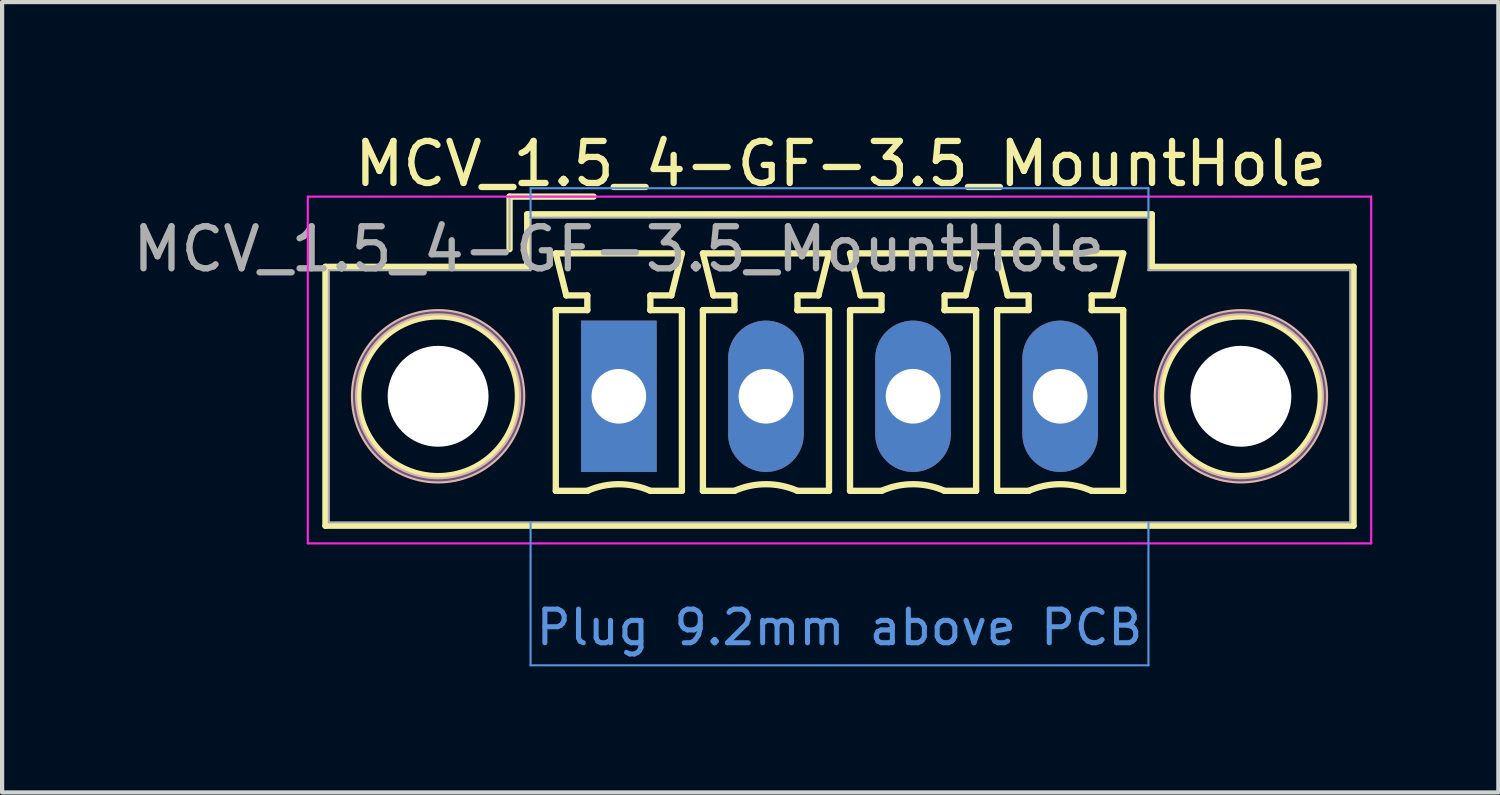
<source format=kicad_pcb>
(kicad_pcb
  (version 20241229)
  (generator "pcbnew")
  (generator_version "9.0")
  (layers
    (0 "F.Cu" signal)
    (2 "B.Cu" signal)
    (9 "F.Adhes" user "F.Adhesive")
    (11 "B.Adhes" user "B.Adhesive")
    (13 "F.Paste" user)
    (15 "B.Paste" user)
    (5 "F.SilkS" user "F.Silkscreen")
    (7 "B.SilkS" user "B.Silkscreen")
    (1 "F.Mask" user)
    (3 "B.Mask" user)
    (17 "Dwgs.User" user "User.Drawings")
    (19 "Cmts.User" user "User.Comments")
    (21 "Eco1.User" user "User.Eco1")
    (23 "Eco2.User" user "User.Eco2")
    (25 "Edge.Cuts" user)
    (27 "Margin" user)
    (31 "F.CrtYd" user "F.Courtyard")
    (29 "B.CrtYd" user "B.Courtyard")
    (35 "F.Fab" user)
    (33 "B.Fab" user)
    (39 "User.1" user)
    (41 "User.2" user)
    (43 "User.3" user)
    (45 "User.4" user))
  (footprint "MCV_1.5_4-GF-3.5_MountHole"
    (layer "F.Cu")
    (at 11.673 6.378)
    (property "Reference" "MCV_1.5_4-GF-3.5_MountHole" (at 0 -3.5 180) (layer "F.Fab") (effects (font (size 1 1) (thickness 0.15))))
    (attr through_hole)
    (fp_line (start -6.98 -3.08) (end -6.98 3.08) (stroke (width 0.15) (type solid)) (layer "F.SilkS"))
    (fp_line (start -6.98 3.08) (end 17.48 3.08) (stroke (width 0.15) (type solid)) (layer "F.SilkS"))
    (fp_line (start -2.6 -4.75) (end -2.6 -3.5) (stroke (width 0.15) (type solid)) (layer "F.SilkS"))
    (fp_line (start -2.18 -4.33) (end -2.18 -3.08) (stroke (width 0.15) (type solid)) (layer "F.SilkS"))
    (fp_line (start -2.18 -3.08) (end -6.98 -3.08) (stroke (width 0.15) (type solid)) (layer "F.SilkS"))
    (fp_line (start -1.5 -3.4) (end 1.5 -3.4) (stroke (width 0.15) (type solid)) (layer "F.SilkS"))
    (fp_line (start -1.5 -2.05) (end -0.75 -2.05) (stroke (width 0.15) (type solid)) (layer "F.SilkS"))
    (fp_line (start -1.5 2.25) (end -1.5 -2.05) (stroke (width 0.15) (type solid)) (layer "F.SilkS"))
    (fp_line (start -1.25 -2.4) (end -1.5 -3.4) (stroke (width 0.15) (type solid)) (layer "F.SilkS"))
    (fp_line (start -0.75 -2.4) (end -1.25 -2.4) (stroke (width 0.15) (type solid)) (layer "F.SilkS"))
    (fp_line (start -0.75 -2.05) (end -0.75 -2.4) (stroke (width 0.15) (type solid)) (layer "F.SilkS"))
    (fp_line (start -0.75 2.25) (end -1.5 2.25) (stroke (width 0.15) (type solid)) (layer "F.SilkS"))
    (fp_line (start -0.6 -4.75) (end -2.6 -4.75) (stroke (width 0.15) (type solid)) (layer "F.SilkS"))
    (fp_line (start 0.75 -2.4) (end 0.75 -2.05) (stroke (width 0.15) (type solid)) (layer "F.SilkS"))
    (fp_line (start 0.75 -2.05) (end 0.75 -2.05) (stroke (width 0.15) (type solid)) (layer "F.SilkS"))
    (fp_line (start 0.75 -2.05) (end 1.5 -2.05) (stroke (width 0.15) (type solid)) (layer "F.SilkS"))
    (fp_line (start 1.25 -2.4) (end 0.75 -2.4) (stroke (width 0.15) (type solid)) (layer "F.SilkS"))
    (fp_line (start 1.5 -3.4) (end 1.25 -2.4) (stroke (width 0.15) (type solid)) (layer "F.SilkS"))
    (fp_line (start 1.5 -2.05) (end 1.5 2.25) (stroke (width 0.15) (type solid)) (layer "F.SilkS"))
    (fp_line (start 1.5 2.25) (end 0.75 2.25) (stroke (width 0.15) (type solid)) (layer "F.SilkS"))
    (fp_line (start 2 -3.4) (end 5 -3.4) (stroke (width 0.15) (type solid)) (layer "F.SilkS"))
    (fp_line (start 2 -2.05) (end 2.75 -2.05) (stroke (width 0.15) (type solid)) (layer "F.SilkS"))
    (fp_line (start 2 2.25) (end 2 -2.05) (stroke (width 0.15) (type solid)) (layer "F.SilkS"))
    (fp_line (start 2.25 -2.4) (end 2 -3.4) (stroke (width 0.15) (type solid)) (layer "F.SilkS"))
    (fp_line (start 2.75 -2.4) (end 2.25 -2.4) (stroke (width 0.15) (type solid)) (layer "F.SilkS"))
    (fp_line (start 2.75 -2.05) (end 2.75 -2.4) (stroke (width 0.15) (type solid)) (layer "F.SilkS"))
    (fp_line (start 2.75 2.25) (end 2 2.25) (stroke (width 0.15) (type solid)) (layer "F.SilkS"))
    (fp_line (start 4.25 -2.4) (end 4.25 -2.05) (stroke (width 0.15) (type solid)) (layer "F.SilkS"))
    (fp_line (start 4.25 -2.05) (end 4.25 -2.05) (stroke (width 0.15) (type solid)) (layer "F.SilkS"))
    (fp_line (start 4.25 -2.05) (end 5 -2.05) (stroke (width 0.15) (type solid)) (layer "F.SilkS"))
    (fp_line (start 4.75 -2.4) (end 4.25 -2.4) (stroke (width 0.15) (type solid)) (layer "F.SilkS"))
    (fp_line (start 5 -3.4) (end 4.75 -2.4) (stroke (width 0.15) (type solid)) (layer "F.SilkS"))
    (fp_line (start 5 -2.05) (end 5 2.25) (stroke (width 0.15) (type solid)) (layer "F.SilkS"))
    (fp_line (start 5 2.25) (end 4.25 2.25) (stroke (width 0.15) (type solid)) (layer "F.SilkS"))
    (fp_line (start 5.5 -3.4) (end 8.5 -3.4) (stroke (width 0.15) (type solid)) (layer "F.SilkS"))
    (fp_line (start 5.5 -2.05) (end 6.25 -2.05) (stroke (width 0.15) (type solid)) (layer "F.SilkS"))
    (fp_line (start 5.5 2.25) (end 5.5 -2.05) (stroke (width 0.15) (type solid)) (layer "F.SilkS"))
    (fp_line (start 5.75 -2.4) (end 5.5 -3.4) (stroke (width 0.15) (type solid)) (layer "F.SilkS"))
    (fp_line (start 6.25 -2.4) (end 5.75 -2.4) (stroke (width 0.15) (type solid)) (layer "F.SilkS"))
    (fp_line (start 6.25 -2.05) (end 6.25 -2.4) (stroke (width 0.15) (type solid)) (layer "F.SilkS"))
    (fp_line (start 6.25 2.25) (end 5.5 2.25) (stroke (width 0.15) (type solid)) (layer "F.SilkS"))
    (fp_line (start 7.75 -2.4) (end 7.75 -2.05) (stroke (width 0.15) (type solid)) (layer "F.SilkS"))
    (fp_line (start 7.75 -2.05) (end 7.75 -2.05) (stroke (width 0.15) (type solid)) (layer "F.SilkS"))
    (fp_line (start 7.75 -2.05) (end 8.5 -2.05) (stroke (width 0.15) (type solid)) (layer "F.SilkS"))
    (fp_line (start 8.25 -2.4) (end 7.75 -2.4) (stroke (width 0.15) (type solid)) (layer "F.SilkS"))
    (fp_line (start 8.5 -3.4) (end 8.25 -2.4) (stroke (width 0.15) (type solid)) (layer "F.SilkS"))
    (fp_line (start 8.5 -2.05) (end 8.5 2.25) (stroke (width 0.15) (type solid)) (layer "F.SilkS"))
    (fp_line (start 8.5 2.25) (end 7.75 2.25) (stroke (width 0.15) (type solid)) (layer "F.SilkS"))
    (fp_line (start 9 -3.4) (end 12 -3.4) (stroke (width 0.15) (type solid)) (layer "F.SilkS"))
    (fp_line (start 9 -2.05) (end 9.75 -2.05) (stroke (width 0.15) (type solid)) (layer "F.SilkS"))
    (fp_line (start 9 2.25) (end 9 -2.05) (stroke (width 0.15) (type solid)) (layer "F.SilkS"))
    (fp_line (start 9.25 -2.4) (end 9 -3.4) (stroke (width 0.15) (type solid)) (layer "F.SilkS"))
    (fp_line (start 9.75 -2.4) (end 9.25 -2.4) (stroke (width 0.15) (type solid)) (layer "F.SilkS"))
    (fp_line (start 9.75 -2.05) (end 9.75 -2.4) (stroke (width 0.15) (type solid)) (layer "F.SilkS"))
    (fp_line (start 9.75 2.25) (end 9 2.25) (stroke (width 0.15) (type solid)) (layer "F.SilkS"))
    (fp_line (start 11.25 -2.4) (end 11.25 -2.05) (stroke (width 0.15) (type solid)) (layer "F.SilkS"))
    (fp_line (start 11.25 -2.05) (end 11.25 -2.05) (stroke (width 0.15) (type solid)) (layer "F.SilkS"))
    (fp_line (start 11.25 -2.05) (end 12 -2.05) (stroke (width 0.15) (type solid)) (layer "F.SilkS"))
    (fp_line (start 11.75 -2.4) (end 11.25 -2.4) (stroke (width 0.15) (type solid)) (layer "F.SilkS"))
    (fp_line (start 12 -3.4) (end 11.75 -2.4) (stroke (width 0.15) (type solid)) (layer "F.SilkS"))
    (fp_line (start 12 -2.05) (end 12 2.25) (stroke (width 0.15) (type solid)) (layer "F.SilkS"))
    (fp_line (start 12 2.25) (end 11.25 2.25) (stroke (width 0.15) (type solid)) (layer "F.SilkS"))
    (fp_line (start 12.68 -4.33) (end -2.18 -4.33) (stroke (width 0.15) (type solid)) (layer "F.SilkS"))
    (fp_line (start 12.68 -3.08) (end 12.68 -4.33) (stroke (width 0.15) (type solid)) (layer "F.SilkS"))
    (fp_line (start 17.48 -3.08) (end 12.68 -3.08) (stroke (width 0.15) (type solid)) (layer "F.SilkS"))
    (fp_line (start 17.48 3.08) (end 17.48 -3.08) (stroke (width 0.15) (type solid)) (layer "F.SilkS"))
    (fp_arc (start -0.75 2.25) (mid -0.000193 2.09191) (end 0.749647 2.249844) (stroke (width 0.15) (type solid)) (layer "F.SilkS"))
    (fp_arc (start 2.75 2.25) (mid 3.499807 2.09191) (end 4.249647 2.249844) (stroke (width 0.15) (type solid)) (layer "F.SilkS"))
    (fp_arc (start 6.25 2.25) (mid 6.999807 2.09191) (end 7.749647 2.249844) (stroke (width 0.15) (type solid)) (layer "F.SilkS"))
    (fp_arc (start 9.75 2.25) (mid 10.499807 2.09191) (end 11.249647 2.249844) (stroke (width 0.15) (type solid)) (layer "F.SilkS"))
    (fp_circle (center -4.3 0) (end -2.4 0) (stroke (width 0.15) (type solid)) (fill no) (layer "F.SilkS"))
    (fp_circle (center 14.8 0) (end 16.7 0) (stroke (width 0.15) (type solid)) (fill no) (layer "F.SilkS"))
    (fp_circle (center -4.3 0) (end -2.3 0) (stroke (width 0.15) (type solid)) (fill no) (layer "B.SilkS"))
    (fp_circle (center 14.8 0) (end 16.8 0) (stroke (width 0.15) (type solid)) (fill no) (layer "B.SilkS"))
    (fp_line (start -2.1 -4.95) (end -2.1 -4.25) (stroke (width 0.05) (type solid)) (layer "Cmts.User"))
    (fp_line (start -2.1 3) (end -2.1 6.4) (stroke (width 0.05) (type solid)) (layer "Cmts.User"))
    (fp_line (start -2.1 6.4) (end 12.6 6.4) (stroke (width 0.05) (type solid)) (layer "Cmts.User"))
    (fp_line (start 12.6 -4.95) (end -2.1 -4.95) (stroke (width 0.05) (type solid)) (layer "Cmts.User"))
    (fp_line (start 12.6 -4.25) (end 12.6 -4.95) (stroke (width 0.05) (type solid)) (layer "Cmts.User"))
    (fp_line (start 12.6 6.4) (end 12.6 3) (stroke (width 0.05) (type solid)) (layer "Cmts.User"))
    (fp_line (start -7.4 -4.75) (end -7.4 3.5) (stroke (width 0.05) (type solid)) (layer "F.CrtYd"))
    (fp_line (start -7.4 3.5) (end 17.9 3.5) (stroke (width 0.05) (type solid)) (layer "F.CrtYd"))
    (fp_line (start 17.9 -4.75) (end -7.4 -4.75) (stroke (width 0.05) (type solid)) (layer "F.CrtYd"))
    (fp_line (start 17.9 3.5) (end 17.9 -4.75) (stroke (width 0.05) (type solid)) (layer "F.CrtYd"))
    (fp_circle (center -4.3 0) (end -2.3 0) (stroke (width 0.05) (type solid)) (fill no) (layer "B.Fab"))
    (fp_circle (center 14.8 0) (end 16.8 0) (stroke (width 0.05) (type solid)) (fill no) (layer "B.Fab"))
    (fp_line (start -6.9 -3) (end -6.9 3) (stroke (width 0.05) (type solid)) (layer "F.Fab"))
    (fp_line (start -6.9 3) (end 17.4 3) (stroke (width 0.05) (type solid)) (layer "F.Fab"))
    (fp_line (start -2.6 -4.75) (end -2.6 -3.5) (stroke (width 0.05) (type solid)) (layer "F.Fab"))
    (fp_line (start -2.1 -4.25) (end -2.1 -3) (stroke (width 0.05) (type solid)) (layer "F.Fab"))
    (fp_line (start -2.1 -3) (end -6.9 -3) (stroke (width 0.05) (type solid)) (layer "F.Fab"))
    (fp_line (start -0.6 -4.75) (end -2.6 -4.75) (stroke (width 0.05) (type solid)) (layer "F.Fab"))
    (fp_line (start 12.6 -4.25) (end -2.1 -4.25) (stroke (width 0.05) (type solid)) (layer "F.Fab"))
    (fp_line (start 12.6 -3) (end 12.6 -4.25) (stroke (width 0.05) (type solid)) (layer "F.Fab"))
    (fp_line (start 17.4 -3) (end 12.6 -3) (stroke (width 0.05) (type solid)) (layer "F.Fab"))
    (fp_line (start 17.4 3) (end 17.4 -3) (stroke (width 0.05) (type solid)) (layer "F.Fab"))
    (fp_text user "${REFERENCE}" (at 5.28 -5.53 0) (layer "F.SilkS") (effects (font (size 1 1) (thickness 0.15))))
    (fp_text user "Plug 9.2mm above PCB" (at 5.25 5.5 0) (layer "Cmts.User") (effects (font (size 0.8 0.8) (thickness 0.12))))
    (pad "" np_thru_hole circle (at -4.3 0) (size 2.4 2.4) (drill 2.4) (layers "*.Cu" "*.Mask"))
    (pad "" np_thru_hole circle (at 14.8 0) (size 2.4 2.4) (drill 2.4) (layers "*.Cu" "*.Mask"))
    (pad "1" thru_hole rect (at 0 0) (size 1.8 3.6) (drill 1.3) (layers "*.Cu" "*.Mask"))
    (pad "2" thru_hole oval (at 3.5 0) (size 1.8 3.6) (drill 1.3) (layers "*.Cu" "*.Mask"))
    (pad "3" thru_hole oval (at 7 0) (size 1.8 3.6) (drill 1.3) (layers "*.Cu" "*.Mask"))
    (pad "4" thru_hole oval (at 10.5 0) (size 1.8 3.6) (drill 1.3) (layers "*.Cu" "*.Mask")))
  (gr_rect
    (start -3 -3)
    (end 32.598 15.803)
    (stroke (width 0.1) (type default))
    (fill no)
    (layer "Edge.Cuts")))
</source>
